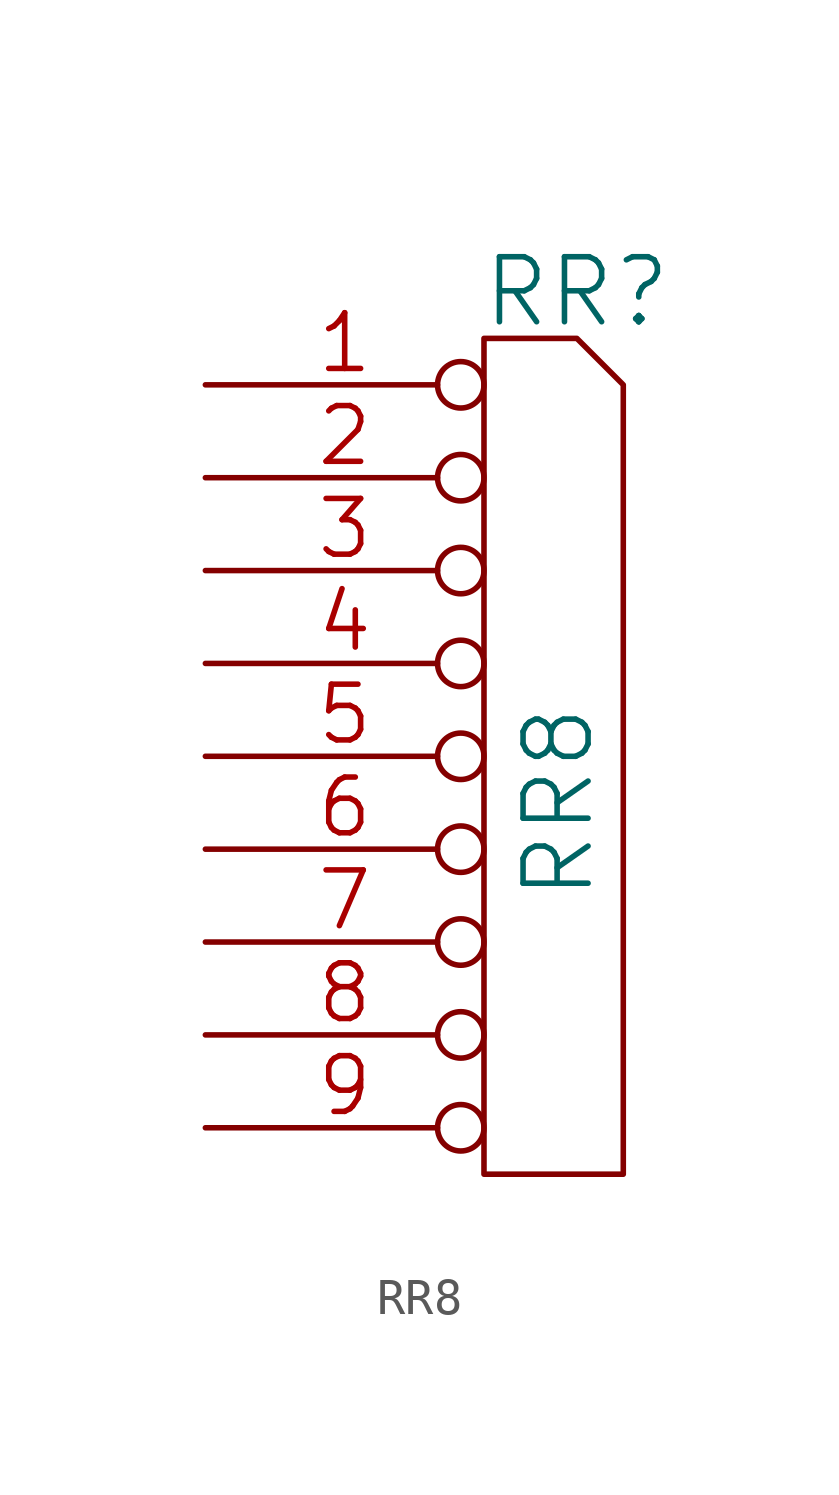
<source format=kicad_sym>
(kicad_symbol_lib
  (version 20231120)
  (generator "kicad_symbol_editor")
  (generator_version "8.0")
  (symbol "RR8"
    (pin_names
      (offset 1.016) hide)
    (property "Reference" "RR"
      (at 1.27 13.97 0)
      (effects (font (size 1.778 1.778))))
    (property "Value" "RR8"
      (at 0.762 0 90)
      (effects (font (size 1.778 1.778))))
    (property "Footprint" ""
      (at 0 0 0)
      (effects (font (size 1.524 1.524))))
    (property "Datasheet" ""
      (at 0 0 0)
      (effects (font (size 1.524 1.524))))
    (symbol "RR8_0_1"
      (polyline (pts (xy -1.27 -10.16) (xy -1.27 12.7) (xy 1.27 12.7) (xy 2.54 11.43) (xy 2.54 -10.16) (xy -1.27 -10.16)) (stroke (width 0) (type default)) (fill (type none))))
    (symbol "RR8_1_1"
      (pin passive inverted (at -8.89 11.43 0) (length 7.62) (name "COM" (effects (font (size 1.524 1.524)))) (number "1" (effects (font (size 1.524 1.524)))))
      (pin passive inverted (at -8.89 8.89 0) (length 7.62) (name "2" (effects (font (size 1.524 1.524)))) (number "2" (effects (font (size 1.524 1.524)))))
      (pin passive inverted (at -8.89 6.35 0) (length 7.62) (name "3" (effects (font (size 1.524 1.524)))) (number "3" (effects (font (size 1.524 1.524)))))
      (pin passive inverted (at -8.89 3.81 0) (length 7.62) (name "4" (effects (font (size 1.524 1.524)))) (number "4" (effects (font (size 1.524 1.524)))))
      (pin passive inverted (at -8.89 1.27 0) (length 7.62) (name "5" (effects (font (size 1.524 1.524)))) (number "5" (effects (font (size 1.524 1.524)))))
      (pin passive inverted (at -8.89 -1.27 0) (length 7.62) (name "6" (effects (font (size 1.524 1.524)))) (number "6" (effects (font (size 1.524 1.524)))))
      (pin passive inverted (at -8.89 -3.81 0) (length 7.62) (name "7" (effects (font (size 1.524 1.524)))) (number "7" (effects (font (size 1.524 1.524)))))
      (pin passive inverted (at -8.89 -6.35 0) (length 7.62) (name "8" (effects (font (size 1.524 1.524)))) (number "8" (effects (font (size 1.524 1.524)))))
      (pin passive inverted (at -8.89 -8.89 0) (length 7.62) (name "9" (effects (font (size 1.524 1.524)))) (number "9" (effects (font (size 1.524 1.524))))))))
</source>
